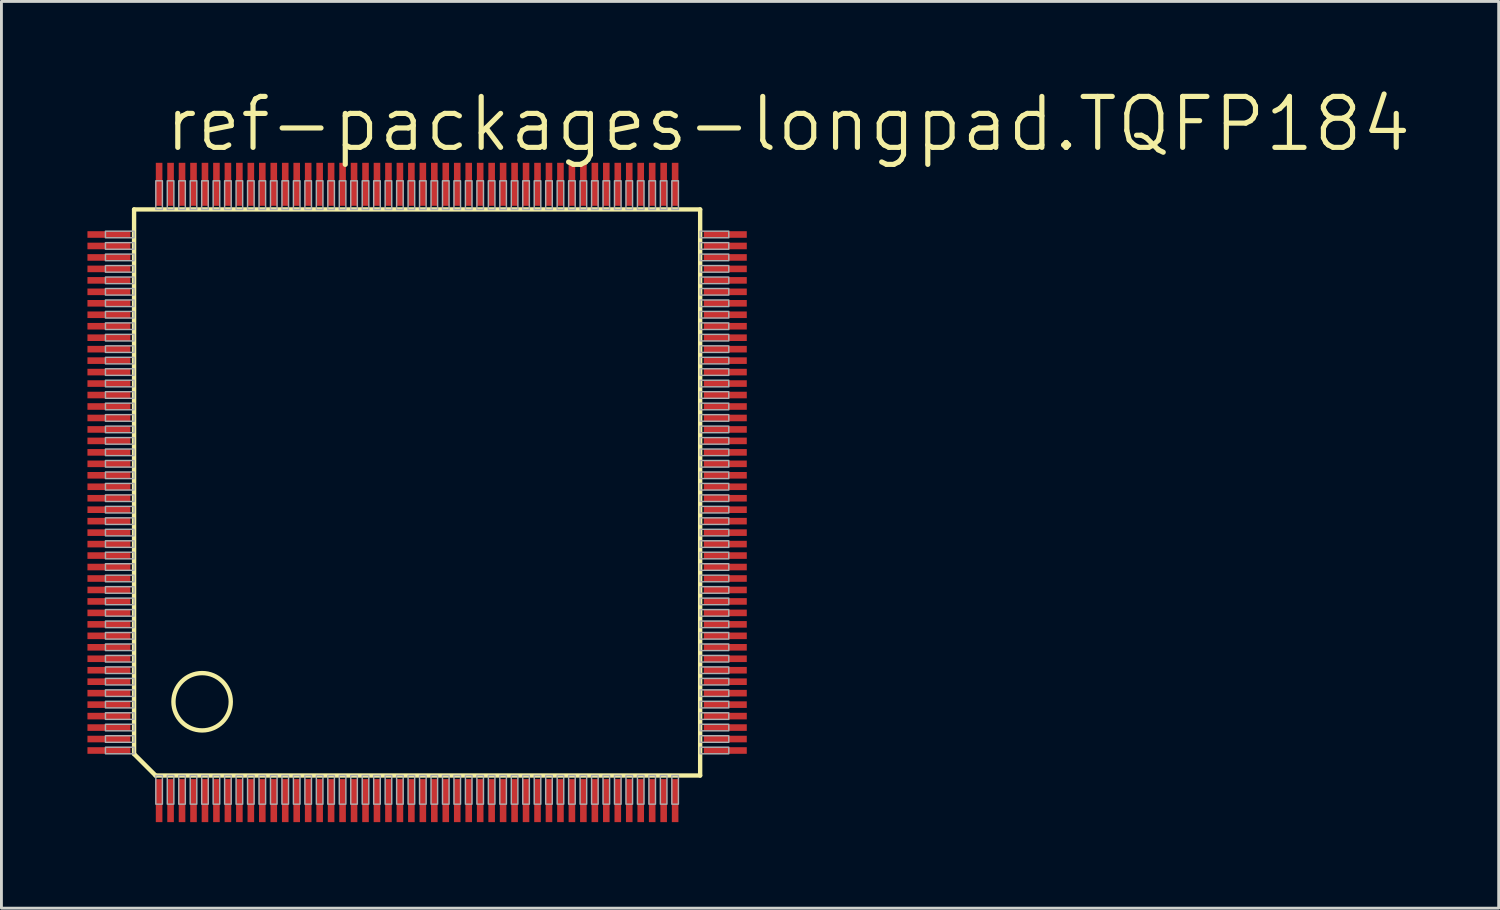
<source format=kicad_pcb>
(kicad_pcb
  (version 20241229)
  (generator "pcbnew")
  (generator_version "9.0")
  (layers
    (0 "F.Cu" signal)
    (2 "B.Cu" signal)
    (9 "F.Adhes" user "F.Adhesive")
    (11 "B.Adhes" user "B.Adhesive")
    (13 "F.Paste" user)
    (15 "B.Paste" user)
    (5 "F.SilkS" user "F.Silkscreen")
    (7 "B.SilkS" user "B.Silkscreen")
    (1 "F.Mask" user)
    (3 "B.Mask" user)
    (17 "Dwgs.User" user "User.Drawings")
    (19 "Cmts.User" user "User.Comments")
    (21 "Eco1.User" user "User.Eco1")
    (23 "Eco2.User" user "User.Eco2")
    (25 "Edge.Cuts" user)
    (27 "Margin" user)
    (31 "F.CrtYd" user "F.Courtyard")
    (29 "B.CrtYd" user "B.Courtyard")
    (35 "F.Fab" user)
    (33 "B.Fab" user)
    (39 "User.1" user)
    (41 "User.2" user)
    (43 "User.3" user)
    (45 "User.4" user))
  (footprint "ref-packages-longpad.TQFP184"
    (layer "F.Cu")
    (at 11.5 14.129)
    (property "Reference" "ref-packages-longpad.TQFP184" (at -8.89 -11.811 0) (layer "F.SilkS") (effects (font (size 1.778 1.778) (thickness 0.18)) (justify left bottom)))
    (attr smd)
    (fp_line (start -9.873 -9.873) (end 9.873 -9.873) (stroke (width 0.152) (type default)) (layer "F.SilkS"))
    (fp_line (start -9.873 9.123) (end -9.873 -9.873) (stroke (width 0.152) (type default)) (layer "F.SilkS"))
    (fp_line (start -9.123 9.873) (end -9.873 9.123) (stroke (width 0.152) (type default)) (layer "F.SilkS"))
    (fp_line (start 9.873 -9.873) (end 9.873 9.873) (stroke (width 0.152) (type default)) (layer "F.SilkS"))
    (fp_line (start 9.873 9.873) (end -9.123 9.873) (stroke (width 0.152) (type default)) (layer "F.SilkS"))
    (fp_circle (center -7.5 7.3) (end -6.5 7.3) (stroke (width 0.152) (type default)) (fill no) (layer "F.SilkS"))
    (fp_rect (start -10.872 -8.885) (end -9.873 -9.115) (stroke (width 0.05) (type default)) (fill no) (layer "F.Fab"))
    (fp_rect (start -10.872 -8.485) (end -9.873 -8.715) (stroke (width 0.05) (type default)) (fill no) (layer "F.Fab"))
    (fp_rect (start -10.872 -8.085) (end -9.873 -8.315) (stroke (width 0.05) (type default)) (fill no) (layer "F.Fab"))
    (fp_rect (start -10.872 -7.685) (end -9.873 -7.915) (stroke (width 0.05) (type default)) (fill no) (layer "F.Fab"))
    (fp_rect (start -10.872 -7.285) (end -9.873 -7.515) (stroke (width 0.05) (type default)) (fill no) (layer "F.Fab"))
    (fp_rect (start -10.872 -6.885) (end -9.873 -7.115) (stroke (width 0.05) (type default)) (fill no) (layer "F.Fab"))
    (fp_rect (start -10.872 -6.485) (end -9.873 -6.715) (stroke (width 0.05) (type default)) (fill no) (layer "F.Fab"))
    (fp_rect (start -10.872 -6.085) (end -9.873 -6.315) (stroke (width 0.05) (type default)) (fill no) (layer "F.Fab"))
    (fp_rect (start -10.872 -5.685) (end -9.873 -5.915) (stroke (width 0.05) (type default)) (fill no) (layer "F.Fab"))
    (fp_rect (start -10.872 -5.285) (end -9.873 -5.515) (stroke (width 0.05) (type default)) (fill no) (layer "F.Fab"))
    (fp_rect (start -10.872 -4.885) (end -9.873 -5.115) (stroke (width 0.05) (type default)) (fill no) (layer "F.Fab"))
    (fp_rect (start -10.872 -4.485) (end -9.873 -4.715) (stroke (width 0.05) (type default)) (fill no) (layer "F.Fab"))
    (fp_rect (start -10.872 -4.085) (end -9.873 -4.315) (stroke (width 0.05) (type default)) (fill no) (layer "F.Fab"))
    (fp_rect (start -10.872 -3.685) (end -9.873 -3.915) (stroke (width 0.05) (type default)) (fill no) (layer "F.Fab"))
    (fp_rect (start -10.872 -3.285) (end -9.873 -3.515) (stroke (width 0.05) (type default)) (fill no) (layer "F.Fab"))
    (fp_rect (start -10.872 -2.885) (end -9.873 -3.115) (stroke (width 0.05) (type default)) (fill no) (layer "F.Fab"))
    (fp_rect (start -10.872 -2.485) (end -9.873 -2.715) (stroke (width 0.05) (type default)) (fill no) (layer "F.Fab"))
    (fp_rect (start -10.872 -2.085) (end -9.873 -2.315) (stroke (width 0.05) (type default)) (fill no) (layer "F.Fab"))
    (fp_rect (start -10.872 -1.685) (end -9.873 -1.915) (stroke (width 0.05) (type default)) (fill no) (layer "F.Fab"))
    (fp_rect (start -10.872 -1.285) (end -9.873 -1.515) (stroke (width 0.05) (type default)) (fill no) (layer "F.Fab"))
    (fp_rect (start -10.872 -0.885) (end -9.873 -1.115) (stroke (width 0.05) (type default)) (fill no) (layer "F.Fab"))
    (fp_rect (start -10.872 -0.485) (end -9.873 -0.715) (stroke (width 0.05) (type default)) (fill no) (layer "F.Fab"))
    (fp_rect (start -10.872 -0.085) (end -9.873 -0.315) (stroke (width 0.05) (type default)) (fill no) (layer "F.Fab"))
    (fp_rect (start -10.872 0.315) (end -9.873 0.085) (stroke (width 0.05) (type default)) (fill no) (layer "F.Fab"))
    (fp_rect (start -10.872 0.715) (end -9.873 0.485) (stroke (width 0.05) (type default)) (fill no) (layer "F.Fab"))
    (fp_rect (start -10.872 1.115) (end -9.873 0.885) (stroke (width 0.05) (type default)) (fill no) (layer "F.Fab"))
    (fp_rect (start -10.872 1.515) (end -9.873 1.285) (stroke (width 0.05) (type default)) (fill no) (layer "F.Fab"))
    (fp_rect (start -10.872 1.915) (end -9.873 1.685) (stroke (width 0.05) (type default)) (fill no) (layer "F.Fab"))
    (fp_rect (start -10.872 2.315) (end -9.873 2.085) (stroke (width 0.05) (type default)) (fill no) (layer "F.Fab"))
    (fp_rect (start -10.872 2.715) (end -9.873 2.485) (stroke (width 0.05) (type default)) (fill no) (layer "F.Fab"))
    (fp_rect (start -10.872 3.115) (end -9.873 2.885) (stroke (width 0.05) (type default)) (fill no) (layer "F.Fab"))
    (fp_rect (start -10.872 3.515) (end -9.873 3.285) (stroke (width 0.05) (type default)) (fill no) (layer "F.Fab"))
    (fp_rect (start -10.872 3.915) (end -9.873 3.685) (stroke (width 0.05) (type default)) (fill no) (layer "F.Fab"))
    (fp_rect (start -10.872 4.315) (end -9.873 4.085) (stroke (width 0.05) (type default)) (fill no) (layer "F.Fab"))
    (fp_rect (start -10.872 4.715) (end -9.873 4.485) (stroke (width 0.05) (type default)) (fill no) (layer "F.Fab"))
    (fp_rect (start -10.872 5.115) (end -9.873 4.885) (stroke (width 0.05) (type default)) (fill no) (layer "F.Fab"))
    (fp_rect (start -10.872 5.515) (end -9.873 5.285) (stroke (width 0.05) (type default)) (fill no) (layer "F.Fab"))
    (fp_rect (start -10.872 5.915) (end -9.873 5.685) (stroke (width 0.05) (type default)) (fill no) (layer "F.Fab"))
    (fp_rect (start -10.872 6.315) (end -9.873 6.085) (stroke (width 0.05) (type default)) (fill no) (layer "F.Fab"))
    (fp_rect (start -10.872 6.715) (end -9.873 6.485) (stroke (width 0.05) (type default)) (fill no) (layer "F.Fab"))
    (fp_rect (start -10.872 7.115) (end -9.873 6.885) (stroke (width 0.05) (type default)) (fill no) (layer "F.Fab"))
    (fp_rect (start -10.872 7.515) (end -9.873 7.285) (stroke (width 0.05) (type default)) (fill no) (layer "F.Fab"))
    (fp_rect (start -10.872 7.915) (end -9.873 7.685) (stroke (width 0.05) (type default)) (fill no) (layer "F.Fab"))
    (fp_rect (start -10.872 8.315) (end -9.873 8.085) (stroke (width 0.05) (type default)) (fill no) (layer "F.Fab"))
    (fp_rect (start -10.872 8.715) (end -9.873 8.485) (stroke (width 0.05) (type default)) (fill no) (layer "F.Fab"))
    (fp_rect (start -10.872 9.115) (end -9.873 8.885) (stroke (width 0.05) (type default)) (fill no) (layer "F.Fab"))
    (fp_rect (start -9.115 -9.873) (end -8.885 -10.872) (stroke (width 0.05) (type default)) (fill no) (layer "F.Fab"))
    (fp_rect (start -9.115 10.872) (end -8.885 9.873) (stroke (width 0.05) (type default)) (fill no) (layer "F.Fab"))
    (fp_rect (start -8.715 -9.873) (end -8.485 -10.872) (stroke (width 0.05) (type default)) (fill no) (layer "F.Fab"))
    (fp_rect (start -8.715 10.872) (end -8.485 9.873) (stroke (width 0.05) (type default)) (fill no) (layer "F.Fab"))
    (fp_rect (start -8.315 -9.873) (end -8.085 -10.872) (stroke (width 0.05) (type default)) (fill no) (layer "F.Fab"))
    (fp_rect (start -8.315 10.872) (end -8.085 9.873) (stroke (width 0.05) (type default)) (fill no) (layer "F.Fab"))
    (fp_rect (start -7.915 -9.873) (end -7.685 -10.872) (stroke (width 0.05) (type default)) (fill no) (layer "F.Fab"))
    (fp_rect (start -7.915 10.872) (end -7.685 9.873) (stroke (width 0.05) (type default)) (fill no) (layer "F.Fab"))
    (fp_rect (start -7.515 -9.873) (end -7.285 -10.872) (stroke (width 0.05) (type default)) (fill no) (layer "F.Fab"))
    (fp_rect (start -7.515 10.872) (end -7.285 9.873) (stroke (width 0.05) (type default)) (fill no) (layer "F.Fab"))
    (fp_rect (start -7.115 -9.873) (end -6.885 -10.872) (stroke (width 0.05) (type default)) (fill no) (layer "F.Fab"))
    (fp_rect (start -7.115 10.872) (end -6.885 9.873) (stroke (width 0.05) (type default)) (fill no) (layer "F.Fab"))
    (fp_rect (start -6.715 -9.873) (end -6.485 -10.872) (stroke (width 0.05) (type default)) (fill no) (layer "F.Fab"))
    (fp_rect (start -6.715 10.872) (end -6.485 9.873) (stroke (width 0.05) (type default)) (fill no) (layer "F.Fab"))
    (fp_rect (start -6.315 -9.873) (end -6.085 -10.872) (stroke (width 0.05) (type default)) (fill no) (layer "F.Fab"))
    (fp_rect (start -6.315 10.872) (end -6.085 9.873) (stroke (width 0.05) (type default)) (fill no) (layer "F.Fab"))
    (fp_rect (start -5.915 -9.873) (end -5.685 -10.872) (stroke (width 0.05) (type default)) (fill no) (layer "F.Fab"))
    (fp_rect (start -5.915 10.872) (end -5.685 9.873) (stroke (width 0.05) (type default)) (fill no) (layer "F.Fab"))
    (fp_rect (start -5.515 -9.873) (end -5.285 -10.872) (stroke (width 0.05) (type default)) (fill no) (layer "F.Fab"))
    (fp_rect (start -5.515 10.872) (end -5.285 9.873) (stroke (width 0.05) (type default)) (fill no) (layer "F.Fab"))
    (fp_rect (start -5.115 -9.873) (end -4.885 -10.872) (stroke (width 0.05) (type default)) (fill no) (layer "F.Fab"))
    (fp_rect (start -5.115 10.872) (end -4.885 9.873) (stroke (width 0.05) (type default)) (fill no) (layer "F.Fab"))
    (fp_rect (start -4.715 -9.873) (end -4.485 -10.872) (stroke (width 0.05) (type default)) (fill no) (layer "F.Fab"))
    (fp_rect (start -4.715 10.872) (end -4.485 9.873) (stroke (width 0.05) (type default)) (fill no) (layer "F.Fab"))
    (fp_rect (start -4.315 -9.873) (end -4.085 -10.872) (stroke (width 0.05) (type default)) (fill no) (layer "F.Fab"))
    (fp_rect (start -4.315 10.872) (end -4.085 9.873) (stroke (width 0.05) (type default)) (fill no) (layer "F.Fab"))
    (fp_rect (start -3.915 -9.873) (end -3.685 -10.872) (stroke (width 0.05) (type default)) (fill no) (layer "F.Fab"))
    (fp_rect (start -3.915 10.872) (end -3.685 9.873) (stroke (width 0.05) (type default)) (fill no) (layer "F.Fab"))
    (fp_rect (start -3.515 -9.873) (end -3.285 -10.872) (stroke (width 0.05) (type default)) (fill no) (layer "F.Fab"))
    (fp_rect (start -3.515 10.872) (end -3.285 9.873) (stroke (width 0.05) (type default)) (fill no) (layer "F.Fab"))
    (fp_rect (start -3.115 -9.873) (end -2.885 -10.872) (stroke (width 0.05) (type default)) (fill no) (layer "F.Fab"))
    (fp_rect (start -3.115 10.872) (end -2.885 9.873) (stroke (width 0.05) (type default)) (fill no) (layer "F.Fab"))
    (fp_rect (start -2.715 -9.873) (end -2.485 -10.872) (stroke (width 0.05) (type default)) (fill no) (layer "F.Fab"))
    (fp_rect (start -2.715 10.872) (end -2.485 9.873) (stroke (width 0.05) (type default)) (fill no) (layer "F.Fab"))
    (fp_rect (start -2.315 -9.873) (end -2.085 -10.872) (stroke (width 0.05) (type default)) (fill no) (layer "F.Fab"))
    (fp_rect (start -2.315 10.872) (end -2.085 9.873) (stroke (width 0.05) (type default)) (fill no) (layer "F.Fab"))
    (fp_rect (start -1.915 -9.873) (end -1.685 -10.872) (stroke (width 0.05) (type default)) (fill no) (layer "F.Fab"))
    (fp_rect (start -1.915 10.872) (end -1.685 9.873) (stroke (width 0.05) (type default)) (fill no) (layer "F.Fab"))
    (fp_rect (start -1.515 -9.873) (end -1.285 -10.872) (stroke (width 0.05) (type default)) (fill no) (layer "F.Fab"))
    (fp_rect (start -1.515 10.872) (end -1.285 9.873) (stroke (width 0.05) (type default)) (fill no) (layer "F.Fab"))
    (fp_rect (start -1.115 -9.873) (end -0.885 -10.872) (stroke (width 0.05) (type default)) (fill no) (layer "F.Fab"))
    (fp_rect (start -1.115 10.872) (end -0.885 9.873) (stroke (width 0.05) (type default)) (fill no) (layer "F.Fab"))
    (fp_rect (start -0.715 -9.873) (end -0.485 -10.872) (stroke (width 0.05) (type default)) (fill no) (layer "F.Fab"))
    (fp_rect (start -0.715 10.872) (end -0.485 9.873) (stroke (width 0.05) (type default)) (fill no) (layer "F.Fab"))
    (fp_rect (start -0.315 -9.873) (end -0.085 -10.872) (stroke (width 0.05) (type default)) (fill no) (layer "F.Fab"))
    (fp_rect (start -0.315 10.872) (end -0.085 9.873) (stroke (width 0.05) (type default)) (fill no) (layer "F.Fab"))
    (fp_rect (start 0.085 -9.873) (end 0.315 -10.872) (stroke (width 0.05) (type default)) (fill no) (layer "F.Fab"))
    (fp_rect (start 0.085 10.872) (end 0.315 9.873) (stroke (width 0.05) (type default)) (fill no) (layer "F.Fab"))
    (fp_rect (start 0.485 -9.873) (end 0.715 -10.872) (stroke (width 0.05) (type default)) (fill no) (layer "F.Fab"))
    (fp_rect (start 0.485 10.872) (end 0.715 9.873) (stroke (width 0.05) (type default)) (fill no) (layer "F.Fab"))
    (fp_rect (start 0.885 -9.873) (end 1.115 -10.872) (stroke (width 0.05) (type default)) (fill no) (layer "F.Fab"))
    (fp_rect (start 0.885 10.872) (end 1.115 9.873) (stroke (width 0.05) (type default)) (fill no) (layer "F.Fab"))
    (fp_rect (start 1.285 -9.873) (end 1.515 -10.872) (stroke (width 0.05) (type default)) (fill no) (layer "F.Fab"))
    (fp_rect (start 1.285 10.872) (end 1.515 9.873) (stroke (width 0.05) (type default)) (fill no) (layer "F.Fab"))
    (fp_rect (start 1.685 -9.873) (end 1.915 -10.872) (stroke (width 0.05) (type default)) (fill no) (layer "F.Fab"))
    (fp_rect (start 1.685 10.872) (end 1.915 9.873) (stroke (width 0.05) (type default)) (fill no) (layer "F.Fab"))
    (fp_rect (start 2.085 -9.873) (end 2.315 -10.872) (stroke (width 0.05) (type default)) (fill no) (layer "F.Fab"))
    (fp_rect (start 2.085 10.872) (end 2.315 9.873) (stroke (width 0.05) (type default)) (fill no) (layer "F.Fab"))
    (fp_rect (start 2.485 -9.873) (end 2.715 -10.872) (stroke (width 0.05) (type default)) (fill no) (layer "F.Fab"))
    (fp_rect (start 2.485 10.872) (end 2.715 9.873) (stroke (width 0.05) (type default)) (fill no) (layer "F.Fab"))
    (fp_rect (start 2.885 -9.873) (end 3.115 -10.872) (stroke (width 0.05) (type default)) (fill no) (layer "F.Fab"))
    (fp_rect (start 2.885 10.872) (end 3.115 9.873) (stroke (width 0.05) (type default)) (fill no) (layer "F.Fab"))
    (fp_rect (start 3.285 -9.873) (end 3.515 -10.872) (stroke (width 0.05) (type default)) (fill no) (layer "F.Fab"))
    (fp_rect (start 3.285 10.872) (end 3.515 9.873) (stroke (width 0.05) (type default)) (fill no) (layer "F.Fab"))
    (fp_rect (start 3.685 -9.873) (end 3.915 -10.872) (stroke (width 0.05) (type default)) (fill no) (layer "F.Fab"))
    (fp_rect (start 3.685 10.872) (end 3.915 9.873) (stroke (width 0.05) (type default)) (fill no) (layer "F.Fab"))
    (fp_rect (start 4.085 -9.873) (end 4.315 -10.872) (stroke (width 0.05) (type default)) (fill no) (layer "F.Fab"))
    (fp_rect (start 4.085 10.872) (end 4.315 9.873) (stroke (width 0.05) (type default)) (fill no) (layer "F.Fab"))
    (fp_rect (start 4.485 -9.873) (end 4.715 -10.872) (stroke (width 0.05) (type default)) (fill no) (layer "F.Fab"))
    (fp_rect (start 4.485 10.872) (end 4.715 9.873) (stroke (width 0.05) (type default)) (fill no) (layer "F.Fab"))
    (fp_rect (start 4.885 -9.873) (end 5.115 -10.872) (stroke (width 0.05) (type default)) (fill no) (layer "F.Fab"))
    (fp_rect (start 4.885 10.872) (end 5.115 9.873) (stroke (width 0.05) (type default)) (fill no) (layer "F.Fab"))
    (fp_rect (start 5.285 -9.873) (end 5.515 -10.872) (stroke (width 0.05) (type default)) (fill no) (layer "F.Fab"))
    (fp_rect (start 5.285 10.872) (end 5.515 9.873) (stroke (width 0.05) (type default)) (fill no) (layer "F.Fab"))
    (fp_rect (start 5.685 -9.873) (end 5.915 -10.872) (stroke (width 0.05) (type default)) (fill no) (layer "F.Fab"))
    (fp_rect (start 5.685 10.872) (end 5.915 9.873) (stroke (width 0.05) (type default)) (fill no) (layer "F.Fab"))
    (fp_rect (start 6.085 -9.873) (end 6.315 -10.872) (stroke (width 0.05) (type default)) (fill no) (layer "F.Fab"))
    (fp_rect (start 6.085 10.872) (end 6.315 9.873) (stroke (width 0.05) (type default)) (fill no) (layer "F.Fab"))
    (fp_rect (start 6.485 -9.873) (end 6.715 -10.872) (stroke (width 0.05) (type default)) (fill no) (layer "F.Fab"))
    (fp_rect (start 6.485 10.872) (end 6.715 9.873) (stroke (width 0.05) (type default)) (fill no) (layer "F.Fab"))
    (fp_rect (start 6.885 -9.873) (end 7.115 -10.872) (stroke (width 0.05) (type default)) (fill no) (layer "F.Fab"))
    (fp_rect (start 6.885 10.872) (end 7.115 9.873) (stroke (width 0.05) (type default)) (fill no) (layer "F.Fab"))
    (fp_rect (start 7.285 -9.873) (end 7.515 -10.872) (stroke (width 0.05) (type default)) (fill no) (layer "F.Fab"))
    (fp_rect (start 7.285 10.872) (end 7.515 9.873) (stroke (width 0.05) (type default)) (fill no) (layer "F.Fab"))
    (fp_rect (start 7.685 -9.873) (end 7.915 -10.872) (stroke (width 0.05) (type default)) (fill no) (layer "F.Fab"))
    (fp_rect (start 7.685 10.872) (end 7.915 9.873) (stroke (width 0.05) (type default)) (fill no) (layer "F.Fab"))
    (fp_rect (start 8.085 -9.873) (end 8.315 -10.872) (stroke (width 0.05) (type default)) (fill no) (layer "F.Fab"))
    (fp_rect (start 8.085 10.872) (end 8.315 9.873) (stroke (width 0.05) (type default)) (fill no) (layer "F.Fab"))
    (fp_rect (start 8.485 -9.873) (end 8.715 -10.872) (stroke (width 0.05) (type default)) (fill no) (layer "F.Fab"))
    (fp_rect (start 8.485 10.872) (end 8.715 9.873) (stroke (width 0.05) (type default)) (fill no) (layer "F.Fab"))
    (fp_rect (start 8.885 -9.873) (end 9.115 -10.872) (stroke (width 0.05) (type default)) (fill no) (layer "F.Fab"))
    (fp_rect (start 8.885 10.872) (end 9.115 9.873) (stroke (width 0.05) (type default)) (fill no) (layer "F.Fab"))
    (fp_rect (start 9.873 -8.885) (end 10.872 -9.115) (stroke (width 0.05) (type default)) (fill no) (layer "F.Fab"))
    (fp_rect (start 9.873 -8.485) (end 10.872 -8.715) (stroke (width 0.05) (type default)) (fill no) (layer "F.Fab"))
    (fp_rect (start 9.873 -8.085) (end 10.872 -8.315) (stroke (width 0.05) (type default)) (fill no) (layer "F.Fab"))
    (fp_rect (start 9.873 -7.685) (end 10.872 -7.915) (stroke (width 0.05) (type default)) (fill no) (layer "F.Fab"))
    (fp_rect (start 9.873 -7.285) (end 10.872 -7.515) (stroke (width 0.05) (type default)) (fill no) (layer "F.Fab"))
    (fp_rect (start 9.873 -6.885) (end 10.872 -7.115) (stroke (width 0.05) (type default)) (fill no) (layer "F.Fab"))
    (fp_rect (start 9.873 -6.485) (end 10.872 -6.715) (stroke (width 0.05) (type default)) (fill no) (layer "F.Fab"))
    (fp_rect (start 9.873 -6.085) (end 10.872 -6.315) (stroke (width 0.05) (type default)) (fill no) (layer "F.Fab"))
    (fp_rect (start 9.873 -5.685) (end 10.872 -5.915) (stroke (width 0.05) (type default)) (fill no) (layer "F.Fab"))
    (fp_rect (start 9.873 -5.285) (end 10.872 -5.515) (stroke (width 0.05) (type default)) (fill no) (layer "F.Fab"))
    (fp_rect (start 9.873 -4.885) (end 10.872 -5.115) (stroke (width 0.05) (type default)) (fill no) (layer "F.Fab"))
    (fp_rect (start 9.873 -4.485) (end 10.872 -4.715) (stroke (width 0.05) (type default)) (fill no) (layer "F.Fab"))
    (fp_rect (start 9.873 -4.085) (end 10.872 -4.315) (stroke (width 0.05) (type default)) (fill no) (layer "F.Fab"))
    (fp_rect (start 9.873 -3.685) (end 10.872 -3.915) (stroke (width 0.05) (type default)) (fill no) (layer "F.Fab"))
    (fp_rect (start 9.873 -3.285) (end 10.872 -3.515) (stroke (width 0.05) (type default)) (fill no) (layer "F.Fab"))
    (fp_rect (start 9.873 -2.885) (end 10.872 -3.115) (stroke (width 0.05) (type default)) (fill no) (layer "F.Fab"))
    (fp_rect (start 9.873 -2.485) (end 10.872 -2.715) (stroke (width 0.05) (type default)) (fill no) (layer "F.Fab"))
    (fp_rect (start 9.873 -2.085) (end 10.872 -2.315) (stroke (width 0.05) (type default)) (fill no) (layer "F.Fab"))
    (fp_rect (start 9.873 -1.685) (end 10.872 -1.915) (stroke (width 0.05) (type default)) (fill no) (layer "F.Fab"))
    (fp_rect (start 9.873 -1.285) (end 10.872 -1.515) (stroke (width 0.05) (type default)) (fill no) (layer "F.Fab"))
    (fp_rect (start 9.873 -0.885) (end 10.872 -1.115) (stroke (width 0.05) (type default)) (fill no) (layer "F.Fab"))
    (fp_rect (start 9.873 -0.485) (end 10.872 -0.715) (stroke (width 0.05) (type default)) (fill no) (layer "F.Fab"))
    (fp_rect (start 9.873 -0.085) (end 10.872 -0.315) (stroke (width 0.05) (type default)) (fill no) (layer "F.Fab"))
    (fp_rect (start 9.873 0.315) (end 10.872 0.085) (stroke (width 0.05) (type default)) (fill no) (layer "F.Fab"))
    (fp_rect (start 9.873 0.715) (end 10.872 0.485) (stroke (width 0.05) (type default)) (fill no) (layer "F.Fab"))
    (fp_rect (start 9.873 1.115) (end 10.872 0.885) (stroke (width 0.05) (type default)) (fill no) (layer "F.Fab"))
    (fp_rect (start 9.873 1.515) (end 10.872 1.285) (stroke (width 0.05) (type default)) (fill no) (layer "F.Fab"))
    (fp_rect (start 9.873 1.915) (end 10.872 1.685) (stroke (width 0.05) (type default)) (fill no) (layer "F.Fab"))
    (fp_rect (start 9.873 2.315) (end 10.872 2.085) (stroke (width 0.05) (type default)) (fill no) (layer "F.Fab"))
    (fp_rect (start 9.873 2.715) (end 10.872 2.485) (stroke (width 0.05) (type default)) (fill no) (layer "F.Fab"))
    (fp_rect (start 9.873 3.115) (end 10.872 2.885) (stroke (width 0.05) (type default)) (fill no) (layer "F.Fab"))
    (fp_rect (start 9.873 3.515) (end 10.872 3.285) (stroke (width 0.05) (type default)) (fill no) (layer "F.Fab"))
    (fp_rect (start 9.873 3.915) (end 10.872 3.685) (stroke (width 0.05) (type default)) (fill no) (layer "F.Fab"))
    (fp_rect (start 9.873 4.315) (end 10.872 4.085) (stroke (width 0.05) (type default)) (fill no) (layer "F.Fab"))
    (fp_rect (start 9.873 4.715) (end 10.872 4.485) (stroke (width 0.05) (type default)) (fill no) (layer "F.Fab"))
    (fp_rect (start 9.873 5.115) (end 10.872 4.885) (stroke (width 0.05) (type default)) (fill no) (layer "F.Fab"))
    (fp_rect (start 9.873 5.515) (end 10.872 5.285) (stroke (width 0.05) (type default)) (fill no) (layer "F.Fab"))
    (fp_rect (start 9.873 5.915) (end 10.872 5.685) (stroke (width 0.05) (type default)) (fill no) (layer "F.Fab"))
    (fp_rect (start 9.873 6.315) (end 10.872 6.085) (stroke (width 0.05) (type default)) (fill no) (layer "F.Fab"))
    (fp_rect (start 9.873 6.715) (end 10.872 6.485) (stroke (width 0.05) (type default)) (fill no) (layer "F.Fab"))
    (fp_rect (start 9.873 7.115) (end 10.872 6.885) (stroke (width 0.05) (type default)) (fill no) (layer "F.Fab"))
    (fp_rect (start 9.873 7.515) (end 10.872 7.285) (stroke (width 0.05) (type default)) (fill no) (layer "F.Fab"))
    (fp_rect (start 9.873 7.915) (end 10.872 7.685) (stroke (width 0.05) (type default)) (fill no) (layer "F.Fab"))
    (fp_rect (start 9.873 8.315) (end 10.872 8.085) (stroke (width 0.05) (type default)) (fill no) (layer "F.Fab"))
    (fp_rect (start 9.873 8.715) (end 10.872 8.485) (stroke (width 0.05) (type default)) (fill no) (layer "F.Fab"))
    (fp_rect (start 9.873 9.115) (end 10.872 8.885) (stroke (width 0.05) (type default)) (fill no) (layer "F.Fab"))
    (pad "1" smd roundrect (at -9 10.75) (size 0.23 1.5) (layers "F.Cu" "F.Mask" "F.Paste") (roundrect_rratio 0.01))
    (pad "2" smd roundrect (at -8.6 10.75) (size 0.23 1.5) (layers "F.Cu" "F.Mask" "F.Paste") (roundrect_rratio 0.01))
    (pad "3" smd roundrect (at -8.2 10.75) (size 0.23 1.5) (layers "F.Cu" "F.Mask" "F.Paste") (roundrect_rratio 0.01))
    (pad "4" smd roundrect (at -7.8 10.75) (size 0.23 1.5) (layers "F.Cu" "F.Mask" "F.Paste") (roundrect_rratio 0.01))
    (pad "5" smd roundrect (at -7.4 10.75) (size 0.23 1.5) (layers "F.Cu" "F.Mask" "F.Paste") (roundrect_rratio 0.01))
    (pad "6" smd roundrect (at -7 10.75) (size 0.23 1.5) (layers "F.Cu" "F.Mask" "F.Paste") (roundrect_rratio 0.01))
    (pad "7" smd roundrect (at -6.6 10.75) (size 0.23 1.5) (layers "F.Cu" "F.Mask" "F.Paste") (roundrect_rratio 0.01))
    (pad "8" smd roundrect (at -6.2 10.75) (size 0.23 1.5) (layers "F.Cu" "F.Mask" "F.Paste") (roundrect_rratio 0.01))
    (pad "9" smd roundrect (at -5.8 10.75) (size 0.23 1.5) (layers "F.Cu" "F.Mask" "F.Paste") (roundrect_rratio 0.01))
    (pad "10" smd roundrect (at -5.4 10.75) (size 0.23 1.5) (layers "F.Cu" "F.Mask" "F.Paste") (roundrect_rratio 0.01))
    (pad "11" smd roundrect (at -5 10.75) (size 0.23 1.5) (layers "F.Cu" "F.Mask" "F.Paste") (roundrect_rratio 0.01))
    (pad "12" smd roundrect (at -4.6 10.75) (size 0.23 1.5) (layers "F.Cu" "F.Mask" "F.Paste") (roundrect_rratio 0.01))
    (pad "13" smd roundrect (at -4.2 10.75) (size 0.23 1.5) (layers "F.Cu" "F.Mask" "F.Paste") (roundrect_rratio 0.01))
    (pad "14" smd roundrect (at -3.8 10.75) (size 0.23 1.5) (layers "F.Cu" "F.Mask" "F.Paste") (roundrect_rratio 0.01))
    (pad "15" smd roundrect (at -3.4 10.75) (size 0.23 1.5) (layers "F.Cu" "F.Mask" "F.Paste") (roundrect_rratio 0.01))
    (pad "16" smd roundrect (at -3 10.75) (size 0.23 1.5) (layers "F.Cu" "F.Mask" "F.Paste") (roundrect_rratio 0.01))
    (pad "17" smd roundrect (at -2.6 10.75) (size 0.23 1.5) (layers "F.Cu" "F.Mask" "F.Paste") (roundrect_rratio 0.01))
    (pad "18" smd roundrect (at -2.2 10.75) (size 0.23 1.5) (layers "F.Cu" "F.Mask" "F.Paste") (roundrect_rratio 0.01))
    (pad "19" smd roundrect (at -1.8 10.75) (size 0.23 1.5) (layers "F.Cu" "F.Mask" "F.Paste") (roundrect_rratio 0.01))
    (pad "20" smd roundrect (at -1.4 10.75) (size 0.23 1.5) (layers "F.Cu" "F.Mask" "F.Paste") (roundrect_rratio 0.01))
    (pad "21" smd roundrect (at -1 10.75) (size 0.23 1.5) (layers "F.Cu" "F.Mask" "F.Paste") (roundrect_rratio 0.01))
    (pad "22" smd roundrect (at -0.6 10.75) (size 0.23 1.5) (layers "F.Cu" "F.Mask" "F.Paste") (roundrect_rratio 0.01))
    (pad "23" smd roundrect (at -0.2 10.75) (size 0.23 1.5) (layers "F.Cu" "F.Mask" "F.Paste") (roundrect_rratio 0.01))
    (pad "24" smd roundrect (at 0.2 10.75) (size 0.23 1.5) (layers "F.Cu" "F.Mask" "F.Paste") (roundrect_rratio 0.01))
    (pad "25" smd roundrect (at 0.6 10.75) (size 0.23 1.5) (layers "F.Cu" "F.Mask" "F.Paste") (roundrect_rratio 0.01))
    (pad "26" smd roundrect (at 1 10.75) (size 0.23 1.5) (layers "F.Cu" "F.Mask" "F.Paste") (roundrect_rratio 0.01))
    (pad "27" smd roundrect (at 1.4 10.75) (size 0.23 1.5) (layers "F.Cu" "F.Mask" "F.Paste") (roundrect_rratio 0.01))
    (pad "28" smd roundrect (at 1.8 10.75) (size 0.23 1.5) (layers "F.Cu" "F.Mask" "F.Paste") (roundrect_rratio 0.01))
    (pad "29" smd roundrect (at 2.2 10.75) (size 0.23 1.5) (layers "F.Cu" "F.Mask" "F.Paste") (roundrect_rratio 0.01))
    (pad "30" smd roundrect (at 2.6 10.75) (size 0.23 1.5) (layers "F.Cu" "F.Mask" "F.Paste") (roundrect_rratio 0.01))
    (pad "31" smd roundrect (at 3 10.75) (size 0.23 1.5) (layers "F.Cu" "F.Mask" "F.Paste") (roundrect_rratio 0.01))
    (pad "32" smd roundrect (at 3.4 10.75) (size 0.23 1.5) (layers "F.Cu" "F.Mask" "F.Paste") (roundrect_rratio 0.01))
    (pad "33" smd roundrect (at 3.8 10.75) (size 0.23 1.5) (layers "F.Cu" "F.Mask" "F.Paste") (roundrect_rratio 0.01))
    (pad "34" smd roundrect (at 4.2 10.75) (size 0.23 1.5) (layers "F.Cu" "F.Mask" "F.Paste") (roundrect_rratio 0.01))
    (pad "35" smd roundrect (at 4.6 10.75) (size 0.23 1.5) (layers "F.Cu" "F.Mask" "F.Paste") (roundrect_rratio 0.01))
    (pad "36" smd roundrect (at 5 10.75) (size 0.23 1.5) (layers "F.Cu" "F.Mask" "F.Paste") (roundrect_rratio 0.01))
    (pad "37" smd roundrect (at 5.4 10.75) (size 0.23 1.5) (layers "F.Cu" "F.Mask" "F.Paste") (roundrect_rratio 0.01))
    (pad "38" smd roundrect (at 5.8 10.75) (size 0.23 1.5) (layers "F.Cu" "F.Mask" "F.Paste") (roundrect_rratio 0.01))
    (pad "39" smd roundrect (at 6.2 10.75) (size 0.23 1.5) (layers "F.Cu" "F.Mask" "F.Paste") (roundrect_rratio 0.01))
    (pad "40" smd roundrect (at 6.6 10.75) (size 0.23 1.5) (layers "F.Cu" "F.Mask" "F.Paste") (roundrect_rratio 0.01))
    (pad "41" smd roundrect (at 7 10.75) (size 0.23 1.5) (layers "F.Cu" "F.Mask" "F.Paste") (roundrect_rratio 0.01))
    (pad "42" smd roundrect (at 7.4 10.75) (size 0.23 1.5) (layers "F.Cu" "F.Mask" "F.Paste") (roundrect_rratio 0.01))
    (pad "43" smd roundrect (at 7.8 10.75) (size 0.23 1.5) (layers "F.Cu" "F.Mask" "F.Paste") (roundrect_rratio 0.01))
    (pad "44" smd roundrect (at 8.2 10.75) (size 0.23 1.5) (layers "F.Cu" "F.Mask" "F.Paste") (roundrect_rratio 0.01))
    (pad "45" smd roundrect (at 8.6 10.75) (size 0.23 1.5) (layers "F.Cu" "F.Mask" "F.Paste") (roundrect_rratio 0.01))
    (pad "46" smd roundrect (at 9 10.75) (size 0.23 1.5) (layers "F.Cu" "F.Mask" "F.Paste") (roundrect_rratio 0.01))
    (pad "47" smd roundrect (at 10.75 9) (size 1.5 0.23) (layers "F.Cu" "F.Mask" "F.Paste") (roundrect_rratio 0.01))
    (pad "48" smd roundrect (at 10.75 8.6) (size 1.5 0.23) (layers "F.Cu" "F.Mask" "F.Paste") (roundrect_rratio 0.01))
    (pad "49" smd roundrect (at 10.75 8.2) (size 1.5 0.23) (layers "F.Cu" "F.Mask" "F.Paste") (roundrect_rratio 0.01))
    (pad "50" smd roundrect (at 10.75 7.8) (size 1.5 0.23) (layers "F.Cu" "F.Mask" "F.Paste") (roundrect_rratio 0.01))
    (pad "51" smd roundrect (at 10.75 7.4) (size 1.5 0.23) (layers "F.Cu" "F.Mask" "F.Paste") (roundrect_rratio 0.01))
    (pad "52" smd roundrect (at 10.75 7) (size 1.5 0.23) (layers "F.Cu" "F.Mask" "F.Paste") (roundrect_rratio 0.01))
    (pad "53" smd roundrect (at 10.75 6.6) (size 1.5 0.23) (layers "F.Cu" "F.Mask" "F.Paste") (roundrect_rratio 0.01))
    (pad "54" smd roundrect (at 10.75 6.2) (size 1.5 0.23) (layers "F.Cu" "F.Mask" "F.Paste") (roundrect_rratio 0.01))
    (pad "55" smd roundrect (at 10.75 5.8) (size 1.5 0.23) (layers "F.Cu" "F.Mask" "F.Paste") (roundrect_rratio 0.01))
    (pad "56" smd roundrect (at 10.75 5.4) (size 1.5 0.23) (layers "F.Cu" "F.Mask" "F.Paste") (roundrect_rratio 0.01))
    (pad "57" smd roundrect (at 10.75 5) (size 1.5 0.23) (layers "F.Cu" "F.Mask" "F.Paste") (roundrect_rratio 0.01))
    (pad "58" smd roundrect (at 10.75 4.6) (size 1.5 0.23) (layers "F.Cu" "F.Mask" "F.Paste") (roundrect_rratio 0.01))
    (pad "59" smd roundrect (at 10.75 4.2) (size 1.5 0.23) (layers "F.Cu" "F.Mask" "F.Paste") (roundrect_rratio 0.01))
    (pad "60" smd roundrect (at 10.75 3.8) (size 1.5 0.23) (layers "F.Cu" "F.Mask" "F.Paste") (roundrect_rratio 0.01))
    (pad "61" smd roundrect (at 10.75 3.4) (size 1.5 0.23) (layers "F.Cu" "F.Mask" "F.Paste") (roundrect_rratio 0.01))
    (pad "62" smd roundrect (at 10.75 3) (size 1.5 0.23) (layers "F.Cu" "F.Mask" "F.Paste") (roundrect_rratio 0.01))
    (pad "63" smd roundrect (at 10.75 2.6) (size 1.5 0.23) (layers "F.Cu" "F.Mask" "F.Paste") (roundrect_rratio 0.01))
    (pad "64" smd roundrect (at 10.75 2.2) (size 1.5 0.23) (layers "F.Cu" "F.Mask" "F.Paste") (roundrect_rratio 0.01))
    (pad "65" smd roundrect (at 10.75 1.8) (size 1.5 0.23) (layers "F.Cu" "F.Mask" "F.Paste") (roundrect_rratio 0.01))
    (pad "66" smd roundrect (at 10.75 1.4) (size 1.5 0.23) (layers "F.Cu" "F.Mask" "F.Paste") (roundrect_rratio 0.01))
    (pad "67" smd roundrect (at 10.75 1) (size 1.5 0.23) (layers "F.Cu" "F.Mask" "F.Paste") (roundrect_rratio 0.01))
    (pad "68" smd roundrect (at 10.75 0.6) (size 1.5 0.23) (layers "F.Cu" "F.Mask" "F.Paste") (roundrect_rratio 0.01))
    (pad "69" smd roundrect (at 10.75 0.2) (size 1.5 0.23) (layers "F.Cu" "F.Mask" "F.Paste") (roundrect_rratio 0.01))
    (pad "70" smd roundrect (at 10.75 -0.2) (size 1.5 0.23) (layers "F.Cu" "F.Mask" "F.Paste") (roundrect_rratio 0.01))
    (pad "71" smd roundrect (at 10.75 -0.6) (size 1.5 0.23) (layers "F.Cu" "F.Mask" "F.Paste") (roundrect_rratio 0.01))
    (pad "72" smd roundrect (at 10.75 -1) (size 1.5 0.23) (layers "F.Cu" "F.Mask" "F.Paste") (roundrect_rratio 0.01))
    (pad "73" smd roundrect (at 10.75 -1.8) (size 1.5 0.23) (layers "F.Cu" "F.Mask" "F.Paste") (roundrect_rratio 0.01))
    (pad "74" smd roundrect (at 10.75 -1.4) (size 1.5 0.23) (layers "F.Cu" "F.Mask" "F.Paste") (roundrect_rratio 0.01))
    (pad "75" smd roundrect (at 10.75 -2.2) (size 1.5 0.23) (layers "F.Cu" "F.Mask" "F.Paste") (roundrect_rratio 0.01))
    (pad "76" smd roundrect (at 10.75 -2.6) (size 1.5 0.23) (layers "F.Cu" "F.Mask" "F.Paste") (roundrect_rratio 0.01))
    (pad "77" smd roundrect (at 10.75 -3) (size 1.5 0.23) (layers "F.Cu" "F.Mask" "F.Paste") (roundrect_rratio 0.01))
    (pad "78" smd roundrect (at 10.75 -3.4) (size 1.5 0.23) (layers "F.Cu" "F.Mask" "F.Paste") (roundrect_rratio 0.01))
    (pad "79" smd roundrect (at 10.75 -3.8) (size 1.5 0.23) (layers "F.Cu" "F.Mask" "F.Paste") (roundrect_rratio 0.01))
    (pad "80" smd roundrect (at 10.75 -4.2) (size 1.5 0.23) (layers "F.Cu" "F.Mask" "F.Paste") (roundrect_rratio 0.01))
    (pad "81" smd roundrect (at 10.75 -4.6) (size 1.5 0.23) (layers "F.Cu" "F.Mask" "F.Paste") (roundrect_rratio 0.01))
    (pad "82" smd roundrect (at 10.75 -5) (size 1.5 0.23) (layers "F.Cu" "F.Mask" "F.Paste") (roundrect_rratio 0.01))
    (pad "83" smd roundrect (at 10.75 -5.4) (size 1.5 0.23) (layers "F.Cu" "F.Mask" "F.Paste") (roundrect_rratio 0.01))
    (pad "84" smd roundrect (at 10.75 -5.8) (size 1.5 0.23) (layers "F.Cu" "F.Mask" "F.Paste") (roundrect_rratio 0.01))
    (pad "85" smd roundrect (at 10.75 -6.2) (size 1.5 0.23) (layers "F.Cu" "F.Mask" "F.Paste") (roundrect_rratio 0.01))
    (pad "86" smd roundrect (at 10.75 -6.6) (size 1.5 0.23) (layers "F.Cu" "F.Mask" "F.Paste") (roundrect_rratio 0.01))
    (pad "87" smd roundrect (at 10.75 -7) (size 1.5 0.23) (layers "F.Cu" "F.Mask" "F.Paste") (roundrect_rratio 0.01))
    (pad "88" smd roundrect (at 10.75 -7.4) (size 1.5 0.23) (layers "F.Cu" "F.Mask" "F.Paste") (roundrect_rratio 0.01))
    (pad "89" smd roundrect (at 10.75 -7.8) (size 1.5 0.23) (layers "F.Cu" "F.Mask" "F.Paste") (roundrect_rratio 0.01))
    (pad "90" smd roundrect (at 10.75 -8.2) (size 1.5 0.23) (layers "F.Cu" "F.Mask" "F.Paste") (roundrect_rratio 0.01))
    (pad "91" smd roundrect (at 10.75 -8.6) (size 1.5 0.23) (layers "F.Cu" "F.Mask" "F.Paste") (roundrect_rratio 0.01))
    (pad "92" smd roundrect (at 10.75 -9) (size 1.5 0.23) (layers "F.Cu" "F.Mask" "F.Paste") (roundrect_rratio 0.01))
    (pad "93" smd roundrect (at 9 -10.75) (size 0.23 1.5) (layers "F.Cu" "F.Mask" "F.Paste") (roundrect_rratio 0.01))
    (pad "94" smd roundrect (at 8.6 -10.75) (size 0.23 1.5) (layers "F.Cu" "F.Mask" "F.Paste") (roundrect_rratio 0.01))
    (pad "95" smd roundrect (at 8.2 -10.75) (size 0.23 1.5) (layers "F.Cu" "F.Mask" "F.Paste") (roundrect_rratio 0.01))
    (pad "96" smd roundrect (at 7.8 -10.75) (size 0.23 1.5) (layers "F.Cu" "F.Mask" "F.Paste") (roundrect_rratio 0.01))
    (pad "97" smd roundrect (at 7.4 -10.75) (size 0.23 1.5) (layers "F.Cu" "F.Mask" "F.Paste") (roundrect_rratio 0.01))
    (pad "98" smd roundrect (at 7 -10.75) (size 0.23 1.5) (layers "F.Cu" "F.Mask" "F.Paste") (roundrect_rratio 0.01))
    (pad "99" smd roundrect (at 6.6 -10.75) (size 0.23 1.5) (layers "F.Cu" "F.Mask" "F.Paste") (roundrect_rratio 0.01))
    (pad "100" smd roundrect (at 6.2 -10.75) (size 0.23 1.5) (layers "F.Cu" "F.Mask" "F.Paste") (roundrect_rratio 0.01))
    (pad "101" smd roundrect (at 5.8 -10.75) (size 0.23 1.5) (layers "F.Cu" "F.Mask" "F.Paste") (roundrect_rratio 0.01))
    (pad "102" smd roundrect (at 5.4 -10.75) (size 0.23 1.5) (layers "F.Cu" "F.Mask" "F.Paste") (roundrect_rratio 0.01))
    (pad "103" smd roundrect (at 5 -10.75) (size 0.23 1.5) (layers "F.Cu" "F.Mask" "F.Paste") (roundrect_rratio 0.01))
    (pad "104" smd roundrect (at 4.6 -10.75) (size 0.23 1.5) (layers "F.Cu" "F.Mask" "F.Paste") (roundrect_rratio 0.01))
    (pad "105" smd roundrect (at 4.2 -10.75) (size 0.23 1.5) (layers "F.Cu" "F.Mask" "F.Paste") (roundrect_rratio 0.01))
    (pad "106" smd roundrect (at 3.8 -10.75) (size 0.23 1.5) (layers "F.Cu" "F.Mask" "F.Paste") (roundrect_rratio 0.01))
    (pad "107" smd roundrect (at 3.4 -10.75) (size 0.23 1.5) (layers "F.Cu" "F.Mask" "F.Paste") (roundrect_rratio 0.01))
    (pad "108" smd roundrect (at 3 -10.75) (size 0.23 1.5) (layers "F.Cu" "F.Mask" "F.Paste") (roundrect_rratio 0.01))
    (pad "109" smd roundrect (at 2.6 -10.75) (size 0.23 1.5) (layers "F.Cu" "F.Mask" "F.Paste") (roundrect_rratio 0.01))
    (pad "110" smd roundrect (at 2.2 -10.75) (size 0.23 1.5) (layers "F.Cu" "F.Mask" "F.Paste") (roundrect_rratio 0.01))
    (pad "111" smd roundrect (at 1.8 -10.75) (size 0.23 1.5) (layers "F.Cu" "F.Mask" "F.Paste") (roundrect_rratio 0.01))
    (pad "112" smd roundrect (at 1.4 -10.75) (size 0.23 1.5) (layers "F.Cu" "F.Mask" "F.Paste") (roundrect_rratio 0.01))
    (pad "113" smd roundrect (at 1 -10.75) (size 0.23 1.5) (layers "F.Cu" "F.Mask" "F.Paste") (roundrect_rratio 0.01))
    (pad "114" smd roundrect (at 0.6 -10.75) (size 0.23 1.5) (layers "F.Cu" "F.Mask" "F.Paste") (roundrect_rratio 0.01))
    (pad "115" smd roundrect (at 0.2 -10.75) (size 0.23 1.5) (layers "F.Cu" "F.Mask" "F.Paste") (roundrect_rratio 0.01))
    (pad "116" smd roundrect (at -0.2 -10.75) (size 0.23 1.5) (layers "F.Cu" "F.Mask" "F.Paste") (roundrect_rratio 0.01))
    (pad "117" smd roundrect (at -0.6 -10.75) (size 0.23 1.5) (layers "F.Cu" "F.Mask" "F.Paste") (roundrect_rratio 0.01))
    (pad "118" smd roundrect (at -1 -10.75) (size 0.23 1.5) (layers "F.Cu" "F.Mask" "F.Paste") (roundrect_rratio 0.01))
    (pad "119" smd roundrect (at -1.8 -10.75) (size 0.23 1.5) (layers "F.Cu" "F.Mask" "F.Paste") (roundrect_rratio 0.01))
    (pad "120" smd roundrect (at -1.4 -10.75) (size 0.23 1.5) (layers "F.Cu" "F.Mask" "F.Paste") (roundrect_rratio 0.01))
    (pad "121" smd roundrect (at -2.2 -10.75) (size 0.23 1.5) (layers "F.Cu" "F.Mask" "F.Paste") (roundrect_rratio 0.01))
    (pad "122" smd roundrect (at -2.6 -10.75) (size 0.23 1.5) (layers "F.Cu" "F.Mask" "F.Paste") (roundrect_rratio 0.01))
    (pad "123" smd roundrect (at -3 -10.75) (size 0.23 1.5) (layers "F.Cu" "F.Mask" "F.Paste") (roundrect_rratio 0.01))
    (pad "124" smd roundrect (at -3.4 -10.75) (size 0.23 1.5) (layers "F.Cu" "F.Mask" "F.Paste") (roundrect_rratio 0.01))
    (pad "125" smd roundrect (at -3.8 -10.75) (size 0.23 1.5) (layers "F.Cu" "F.Mask" "F.Paste") (roundrect_rratio 0.01))
    (pad "126" smd roundrect (at -4.2 -10.75) (size 0.23 1.5) (layers "F.Cu" "F.Mask" "F.Paste") (roundrect_rratio 0.01))
    (pad "127" smd roundrect (at -4.6 -10.75) (size 0.23 1.5) (layers "F.Cu" "F.Mask" "F.Paste") (roundrect_rratio 0.01))
    (pad "128" smd roundrect (at -5 -10.75) (size 0.23 1.5) (layers "F.Cu" "F.Mask" "F.Paste") (roundrect_rratio 0.01))
    (pad "129" smd roundrect (at -5.4 -10.75) (size 0.23 1.5) (layers "F.Cu" "F.Mask" "F.Paste") (roundrect_rratio 0.01))
    (pad "130" smd roundrect (at -5.8 -10.75) (size 0.23 1.5) (layers "F.Cu" "F.Mask" "F.Paste") (roundrect_rratio 0.01))
    (pad "131" smd roundrect (at -6.2 -10.75) (size 0.23 1.5) (layers "F.Cu" "F.Mask" "F.Paste") (roundrect_rratio 0.01))
    (pad "132" smd roundrect (at -6.6 -10.75) (size 0.23 1.5) (layers "F.Cu" "F.Mask" "F.Paste") (roundrect_rratio 0.01))
    (pad "133" smd roundrect (at -7 -10.75) (size 0.23 1.5) (layers "F.Cu" "F.Mask" "F.Paste") (roundrect_rratio 0.01))
    (pad "134" smd roundrect (at -7.4 -10.75) (size 0.23 1.5) (layers "F.Cu" "F.Mask" "F.Paste") (roundrect_rratio 0.01))
    (pad "135" smd roundrect (at -7.8 -10.75) (size 0.23 1.5) (layers "F.Cu" "F.Mask" "F.Paste") (roundrect_rratio 0.01))
    (pad "136" smd roundrect (at -8.2 -10.75) (size 0.23 1.5) (layers "F.Cu" "F.Mask" "F.Paste") (roundrect_rratio 0.01))
    (pad "137" smd roundrect (at -8.6 -10.75) (size 0.23 1.5) (layers "F.Cu" "F.Mask" "F.Paste") (roundrect_rratio 0.01))
    (pad "138" smd roundrect (at -9 -10.75) (size 0.23 1.5) (layers "F.Cu" "F.Mask" "F.Paste") (roundrect_rratio 0.01))
    (pad "139" smd roundrect (at -10.75 -9) (size 1.5 0.23) (layers "F.Cu" "F.Mask" "F.Paste") (roundrect_rratio 0.01))
    (pad "140" smd roundrect (at -10.75 -8.6) (size 1.5 0.23) (layers "F.Cu" "F.Mask" "F.Paste") (roundrect_rratio 0.01))
    (pad "141" smd roundrect (at -10.75 -8.2) (size 1.5 0.23) (layers "F.Cu" "F.Mask" "F.Paste") (roundrect_rratio 0.01))
    (pad "142" smd roundrect (at -10.75 -7.8) (size 1.5 0.23) (layers "F.Cu" "F.Mask" "F.Paste") (roundrect_rratio 0.01))
    (pad "143" smd roundrect (at -10.75 -7.4) (size 1.5 0.23) (layers "F.Cu" "F.Mask" "F.Paste") (roundrect_rratio 0.01))
    (pad "144" smd roundrect (at -10.75 -7) (size 1.5 0.23) (layers "F.Cu" "F.Mask" "F.Paste") (roundrect_rratio 0.01))
    (pad "145" smd roundrect (at -10.75 -6.6) (size 1.5 0.23) (layers "F.Cu" "F.Mask" "F.Paste") (roundrect_rratio 0.01))
    (pad "146" smd roundrect (at -10.75 -6.2) (size 1.5 0.23) (layers "F.Cu" "F.Mask" "F.Paste") (roundrect_rratio 0.01))
    (pad "147" smd roundrect (at -10.75 -5.8) (size 1.5 0.23) (layers "F.Cu" "F.Mask" "F.Paste") (roundrect_rratio 0.01))
    (pad "148" smd roundrect (at -10.75 -5.4) (size 1.5 0.23) (layers "F.Cu" "F.Mask" "F.Paste") (roundrect_rratio 0.01))
    (pad "149" smd roundrect (at -10.75 -5) (size 1.5 0.23) (layers "F.Cu" "F.Mask" "F.Paste") (roundrect_rratio 0.01))
    (pad "150" smd roundrect (at -10.75 -4.6) (size 1.5 0.23) (layers "F.Cu" "F.Mask" "F.Paste") (roundrect_rratio 0.01))
    (pad "151" smd roundrect (at -10.75 -4.2) (size 1.5 0.23) (layers "F.Cu" "F.Mask" "F.Paste") (roundrect_rratio 0.01))
    (pad "152" smd roundrect (at -10.75 -3.8) (size 1.5 0.23) (layers "F.Cu" "F.Mask" "F.Paste") (roundrect_rratio 0.01))
    (pad "153" smd roundrect (at -10.75 -3.4) (size 1.5 0.23) (layers "F.Cu" "F.Mask" "F.Paste") (roundrect_rratio 0.01))
    (pad "154" smd roundrect (at -10.75 -3) (size 1.5 0.23) (layers "F.Cu" "F.Mask" "F.Paste") (roundrect_rratio 0.01))
    (pad "155" smd roundrect (at -10.75 -2.6) (size 1.5 0.23) (layers "F.Cu" "F.Mask" "F.Paste") (roundrect_rratio 0.01))
    (pad "156" smd roundrect (at -10.75 -2.2) (size 1.5 0.23) (layers "F.Cu" "F.Mask" "F.Paste") (roundrect_rratio 0.01))
    (pad "157" smd roundrect (at -10.75 -1.8) (size 1.5 0.23) (layers "F.Cu" "F.Mask" "F.Paste") (roundrect_rratio 0.01))
    (pad "158" smd roundrect (at -10.75 -1.4) (size 1.5 0.23) (layers "F.Cu" "F.Mask" "F.Paste") (roundrect_rratio 0.01))
    (pad "159" smd roundrect (at -10.75 -1) (size 1.5 0.23) (layers "F.Cu" "F.Mask" "F.Paste") (roundrect_rratio 0.01))
    (pad "160" smd roundrect (at -10.75 -0.6) (size 1.5 0.23) (layers "F.Cu" "F.Mask" "F.Paste") (roundrect_rratio 0.01))
    (pad "161" smd roundrect (at -10.75 -0.2) (size 1.5 0.23) (layers "F.Cu" "F.Mask" "F.Paste") (roundrect_rratio 0.01))
    (pad "162" smd roundrect (at -10.75 0.2) (size 1.5 0.23) (layers "F.Cu" "F.Mask" "F.Paste") (roundrect_rratio 0.01))
    (pad "163" smd roundrect (at -10.75 0.6) (size 1.5 0.23) (layers "F.Cu" "F.Mask" "F.Paste") (roundrect_rratio 0.01))
    (pad "164" smd roundrect (at -10.75 1) (size 1.5 0.23) (layers "F.Cu" "F.Mask" "F.Paste") (roundrect_rratio 0.01))
    (pad "165" smd roundrect (at -10.75 1.8) (size 1.5 0.23) (layers "F.Cu" "F.Mask" "F.Paste") (roundrect_rratio 0.01))
    (pad "166" smd roundrect (at -10.75 1.4) (size 1.5 0.23) (layers "F.Cu" "F.Mask" "F.Paste") (roundrect_rratio 0.01))
    (pad "167" smd roundrect (at -10.75 2.2) (size 1.5 0.23) (layers "F.Cu" "F.Mask" "F.Paste") (roundrect_rratio 0.01))
    (pad "168" smd roundrect (at -10.75 2.6) (size 1.5 0.23) (layers "F.Cu" "F.Mask" "F.Paste") (roundrect_rratio 0.01))
    (pad "169" smd roundrect (at -10.75 3) (size 1.5 0.23) (layers "F.Cu" "F.Mask" "F.Paste") (roundrect_rratio 0.01))
    (pad "170" smd roundrect (at -10.75 3.4) (size 1.5 0.23) (layers "F.Cu" "F.Mask" "F.Paste") (roundrect_rratio 0.01))
    (pad "171" smd roundrect (at -10.75 3.8) (size 1.5 0.23) (layers "F.Cu" "F.Mask" "F.Paste") (roundrect_rratio 0.01))
    (pad "172" smd roundrect (at -10.75 4.2) (size 1.5 0.23) (layers "F.Cu" "F.Mask" "F.Paste") (roundrect_rratio 0.01))
    (pad "173" smd roundrect (at -10.75 4.6) (size 1.5 0.23) (layers "F.Cu" "F.Mask" "F.Paste") (roundrect_rratio 0.01))
    (pad "174" smd roundrect (at -10.75 5) (size 1.5 0.23) (layers "F.Cu" "F.Mask" "F.Paste") (roundrect_rratio 0.01))
    (pad "175" smd roundrect (at -10.75 5.4) (size 1.5 0.23) (layers "F.Cu" "F.Mask" "F.Paste") (roundrect_rratio 0.01))
    (pad "176" smd roundrect (at -10.75 5.8) (size 1.5 0.23) (layers "F.Cu" "F.Mask" "F.Paste") (roundrect_rratio 0.01))
    (pad "177" smd roundrect (at -10.75 6.2) (size 1.5 0.23) (layers "F.Cu" "F.Mask" "F.Paste") (roundrect_rratio 0.01))
    (pad "178" smd roundrect (at -10.75 6.6) (size 1.5 0.23) (layers "F.Cu" "F.Mask" "F.Paste") (roundrect_rratio 0.01))
    (pad "179" smd roundrect (at -10.75 7) (size 1.5 0.23) (layers "F.Cu" "F.Mask" "F.Paste") (roundrect_rratio 0.01))
    (pad "180" smd roundrect (at -10.75 7.4) (size 1.5 0.23) (layers "F.Cu" "F.Mask" "F.Paste") (roundrect_rratio 0.01))
    (pad "181" smd roundrect (at -10.75 7.8) (size 1.5 0.23) (layers "F.Cu" "F.Mask" "F.Paste") (roundrect_rratio 0.01))
    (pad "182" smd roundrect (at -10.75 8.2) (size 1.5 0.23) (layers "F.Cu" "F.Mask" "F.Paste") (roundrect_rratio 0.01))
    (pad "183" smd roundrect (at -10.75 8.6) (size 1.5 0.23) (layers "F.Cu" "F.Mask" "F.Paste") (roundrect_rratio 0.01))
    (pad "184" smd roundrect (at -10.75 9) (size 1.5 0.23) (layers "F.Cu" "F.Mask" "F.Paste") (roundrect_rratio 0.01)))
  (gr_rect
    (start -3 -3)
    (end 49.228 28.629)
    (stroke (width 0.1) (type default))
    (fill no)
    (layer "Edge.Cuts")))
</source>
